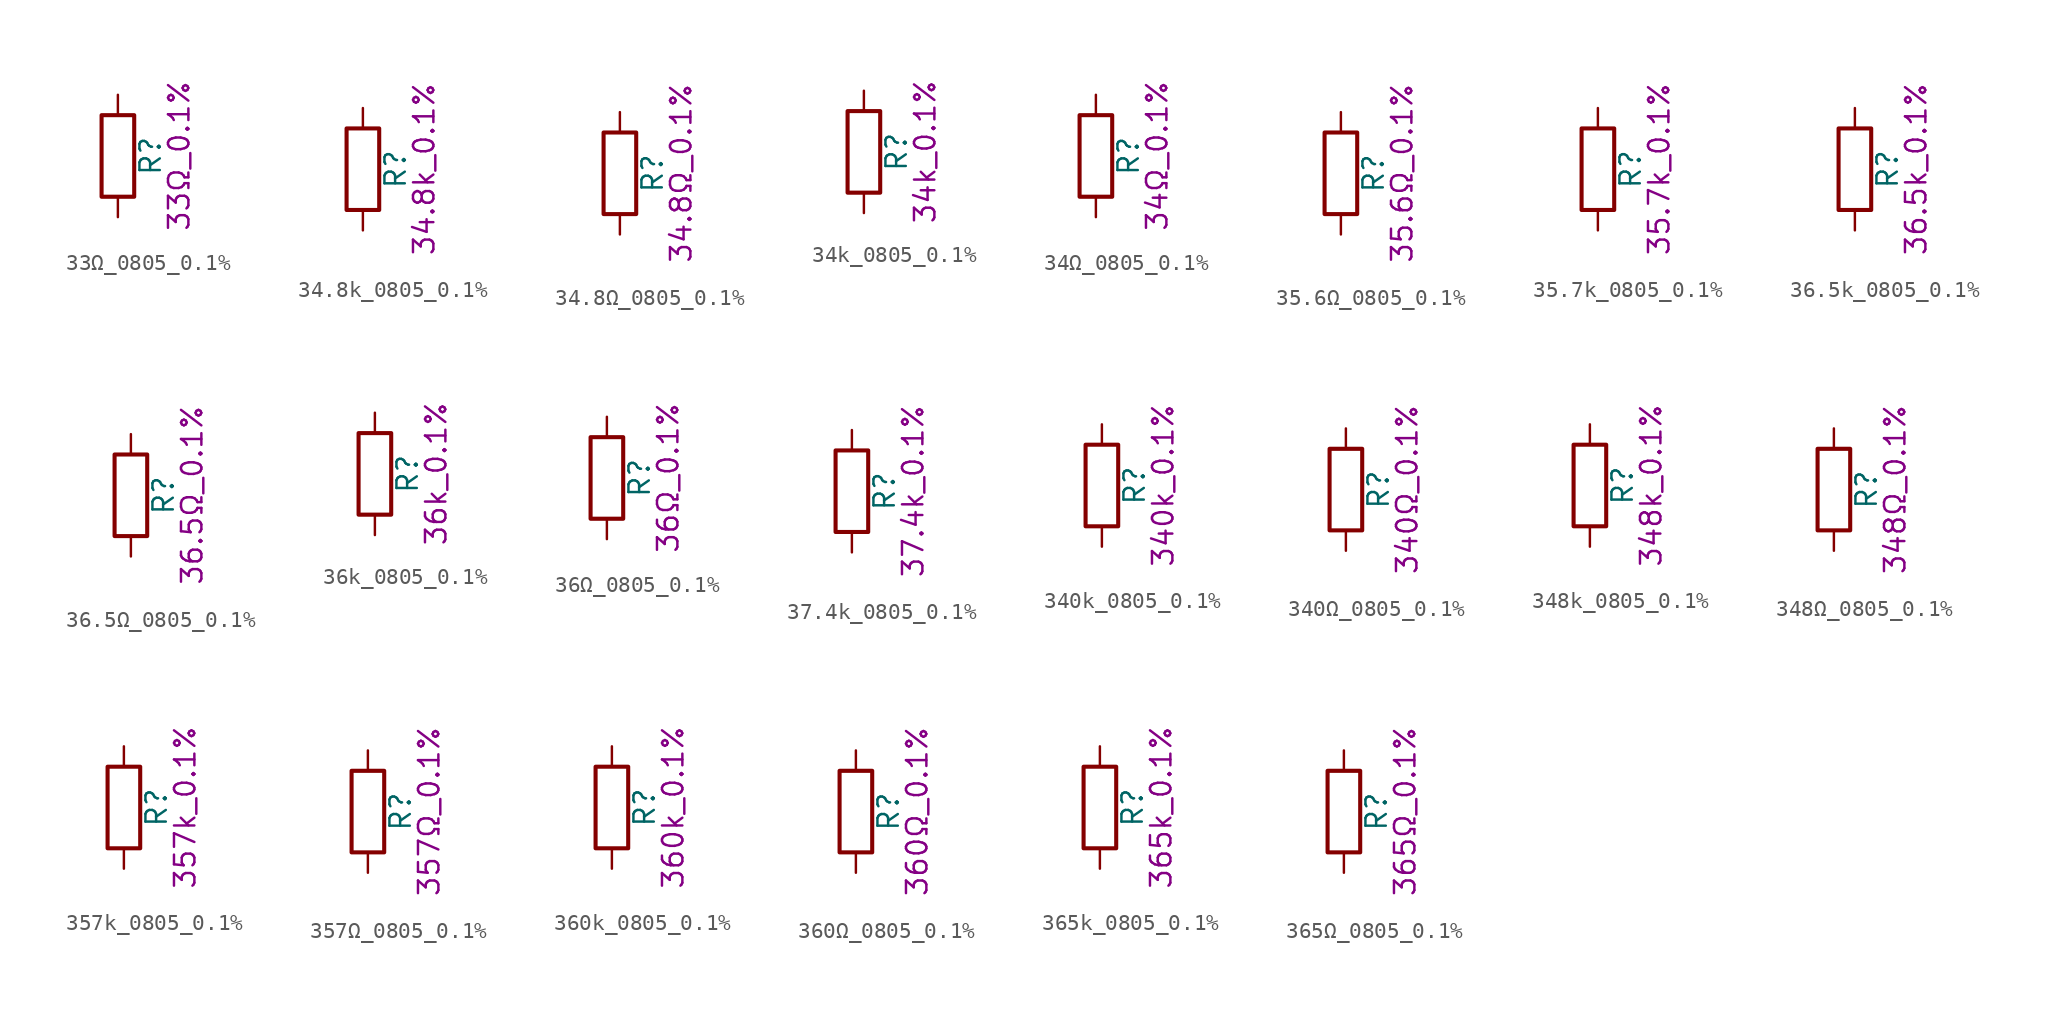
<source format=kicad_sym>
(kicad_symbol_lib
  (version 20211014)
  (generator kicad_symbol_editor)
  (symbol "33Ω_0805_0.1%"
    (pin_numbers hide)
    (pin_names
      (offset 0))
    (property "Reference" "R"
      (at 2.032 0 90)
      (effects (font (size 1.27 1.27))))
    (property "Display" "33Ω_0.1%"
      (at 3.81 0 90)
      (effects (font (size 1.27 1.27))))
    (symbol "33Ω_0805_0.1%_0_1"
      (rectangle (start -1.016 -2.54) (end 1.016 2.54) (stroke (width 0.254) (type default) (color 0 0 0 0)) (fill (type none))))
    (symbol "33Ω_0805_0.1%_1_1"
      (pin passive line (at 0 3.81 270) (length 1.27) (name "~" (effects (font (size 1.27 1.27)))) (number "1" (effects (font (size 1.27 1.27)))))
      (pin passive line (at 0 -3.81 90) (length 1.27) (name "~" (effects (font (size 1.27 1.27)))) (number "2" (effects (font (size 1.27 1.27)))))))
  (symbol "34.8k_0805_0.1%"
    (pin_numbers hide)
    (pin_names
      (offset 0))
    (property "Reference" "R"
      (at 2.032 0 90)
      (effects (font (size 1.27 1.27))))
    (property "Display" "34.8k_0.1%"
      (at 3.81 0 90)
      (effects (font (size 1.27 1.27))))
    (symbol "34.8k_0805_0.1%_0_1"
      (rectangle (start -1.016 -2.54) (end 1.016 2.54) (stroke (width 0.254) (type default) (color 0 0 0 0)) (fill (type none))))
    (symbol "34.8k_0805_0.1%_1_1"
      (pin passive line (at 0 3.81 270) (length 1.27) (name "~" (effects (font (size 1.27 1.27)))) (number "1" (effects (font (size 1.27 1.27)))))
      (pin passive line (at 0 -3.81 90) (length 1.27) (name "~" (effects (font (size 1.27 1.27)))) (number "2" (effects (font (size 1.27 1.27)))))))
  (symbol "34.8Ω_0805_0.1%"
    (pin_numbers hide)
    (pin_names
      (offset 0))
    (property "Reference" "R"
      (at 2.032 0 90)
      (effects (font (size 1.27 1.27))))
    (property "Display" "34.8Ω_0.1%"
      (at 3.81 0 90)
      (effects (font (size 1.27 1.27))))
    (symbol "34.8Ω_0805_0.1%_0_1"
      (rectangle (start -1.016 -2.54) (end 1.016 2.54) (stroke (width 0.254) (type default) (color 0 0 0 0)) (fill (type none))))
    (symbol "34.8Ω_0805_0.1%_1_1"
      (pin passive line (at 0 3.81 270) (length 1.27) (name "~" (effects (font (size 1.27 1.27)))) (number "1" (effects (font (size 1.27 1.27)))))
      (pin passive line (at 0 -3.81 90) (length 1.27) (name "~" (effects (font (size 1.27 1.27)))) (number "2" (effects (font (size 1.27 1.27)))))))
  (symbol "34k_0805_0.1%"
    (pin_numbers hide)
    (pin_names
      (offset 0))
    (property "Reference" "R"
      (at 2.032 0 90)
      (effects (font (size 1.27 1.27))))
    (property "Display" "34k_0.1%"
      (at 3.81 0 90)
      (effects (font (size 1.27 1.27))))
    (symbol "34k_0805_0.1%_0_1"
      (rectangle (start -1.016 -2.54) (end 1.016 2.54) (stroke (width 0.254) (type default) (color 0 0 0 0)) (fill (type none))))
    (symbol "34k_0805_0.1%_1_1"
      (pin passive line (at 0 3.81 270) (length 1.27) (name "~" (effects (font (size 1.27 1.27)))) (number "1" (effects (font (size 1.27 1.27)))))
      (pin passive line (at 0 -3.81 90) (length 1.27) (name "~" (effects (font (size 1.27 1.27)))) (number "2" (effects (font (size 1.27 1.27)))))))
  (symbol "34Ω_0805_0.1%"
    (pin_numbers hide)
    (pin_names
      (offset 0))
    (property "Reference" "R"
      (at 2.032 0 90)
      (effects (font (size 1.27 1.27))))
    (property "Display" "34Ω_0.1%"
      (at 3.81 0 90)
      (effects (font (size 1.27 1.27))))
    (symbol "34Ω_0805_0.1%_0_1"
      (rectangle (start -1.016 -2.54) (end 1.016 2.54) (stroke (width 0.254) (type default) (color 0 0 0 0)) (fill (type none))))
    (symbol "34Ω_0805_0.1%_1_1"
      (pin passive line (at 0 3.81 270) (length 1.27) (name "~" (effects (font (size 1.27 1.27)))) (number "1" (effects (font (size 1.27 1.27)))))
      (pin passive line (at 0 -3.81 90) (length 1.27) (name "~" (effects (font (size 1.27 1.27)))) (number "2" (effects (font (size 1.27 1.27)))))))
  (symbol "35.6Ω_0805_0.1%"
    (pin_numbers hide)
    (pin_names
      (offset 0))
    (property "Reference" "R"
      (at 2.032 0 90)
      (effects (font (size 1.27 1.27))))
    (property "Display" "35.6Ω_0.1%"
      (at 3.81 0 90)
      (effects (font (size 1.27 1.27))))
    (symbol "35.6Ω_0805_0.1%_0_1"
      (rectangle (start -1.016 -2.54) (end 1.016 2.54) (stroke (width 0.254) (type default) (color 0 0 0 0)) (fill (type none))))
    (symbol "35.6Ω_0805_0.1%_1_1"
      (pin passive line (at 0 3.81 270) (length 1.27) (name "~" (effects (font (size 1.27 1.27)))) (number "1" (effects (font (size 1.27 1.27)))))
      (pin passive line (at 0 -3.81 90) (length 1.27) (name "~" (effects (font (size 1.27 1.27)))) (number "2" (effects (font (size 1.27 1.27)))))))
  (symbol "35.7k_0805_0.1%"
    (pin_numbers hide)
    (pin_names
      (offset 0))
    (property "Reference" "R"
      (at 2.032 0 90)
      (effects (font (size 1.27 1.27))))
    (property "Display" "35.7k_0.1%"
      (at 3.81 0 90)
      (effects (font (size 1.27 1.27))))
    (symbol "35.7k_0805_0.1%_0_1"
      (rectangle (start -1.016 -2.54) (end 1.016 2.54) (stroke (width 0.254) (type default) (color 0 0 0 0)) (fill (type none))))
    (symbol "35.7k_0805_0.1%_1_1"
      (pin passive line (at 0 3.81 270) (length 1.27) (name "~" (effects (font (size 1.27 1.27)))) (number "1" (effects (font (size 1.27 1.27)))))
      (pin passive line (at 0 -3.81 90) (length 1.27) (name "~" (effects (font (size 1.27 1.27)))) (number "2" (effects (font (size 1.27 1.27)))))))
  (symbol "36.5k_0805_0.1%"
    (pin_numbers hide)
    (pin_names
      (offset 0))
    (property "Reference" "R"
      (at 2.032 0 90)
      (effects (font (size 1.27 1.27))))
    (property "Display" "36.5k_0.1%"
      (at 3.81 0 90)
      (effects (font (size 1.27 1.27))))
    (symbol "36.5k_0805_0.1%_0_1"
      (rectangle (start -1.016 -2.54) (end 1.016 2.54) (stroke (width 0.254) (type default) (color 0 0 0 0)) (fill (type none))))
    (symbol "36.5k_0805_0.1%_1_1"
      (pin passive line (at 0 3.81 270) (length 1.27) (name "~" (effects (font (size 1.27 1.27)))) (number "1" (effects (font (size 1.27 1.27)))))
      (pin passive line (at 0 -3.81 90) (length 1.27) (name "~" (effects (font (size 1.27 1.27)))) (number "2" (effects (font (size 1.27 1.27)))))))
  (symbol "36.5Ω_0805_0.1%"
    (pin_numbers hide)
    (pin_names
      (offset 0))
    (property "Reference" "R"
      (at 2.032 0 90)
      (effects (font (size 1.27 1.27))))
    (property "Display" "36.5Ω_0.1%"
      (at 3.81 0 90)
      (effects (font (size 1.27 1.27))))
    (symbol "36.5Ω_0805_0.1%_0_1"
      (rectangle (start -1.016 -2.54) (end 1.016 2.54) (stroke (width 0.254) (type default) (color 0 0 0 0)) (fill (type none))))
    (symbol "36.5Ω_0805_0.1%_1_1"
      (pin passive line (at 0 3.81 270) (length 1.27) (name "~" (effects (font (size 1.27 1.27)))) (number "1" (effects (font (size 1.27 1.27)))))
      (pin passive line (at 0 -3.81 90) (length 1.27) (name "~" (effects (font (size 1.27 1.27)))) (number "2" (effects (font (size 1.27 1.27)))))))
  (symbol "36k_0805_0.1%"
    (pin_numbers hide)
    (pin_names
      (offset 0))
    (property "Reference" "R"
      (at 2.032 0 90)
      (effects (font (size 1.27 1.27))))
    (property "Display" "36k_0.1%"
      (at 3.81 0 90)
      (effects (font (size 1.27 1.27))))
    (symbol "36k_0805_0.1%_0_1"
      (rectangle (start -1.016 -2.54) (end 1.016 2.54) (stroke (width 0.254) (type default) (color 0 0 0 0)) (fill (type none))))
    (symbol "36k_0805_0.1%_1_1"
      (pin passive line (at 0 3.81 270) (length 1.27) (name "~" (effects (font (size 1.27 1.27)))) (number "1" (effects (font (size 1.27 1.27)))))
      (pin passive line (at 0 -3.81 90) (length 1.27) (name "~" (effects (font (size 1.27 1.27)))) (number "2" (effects (font (size 1.27 1.27)))))))
  (symbol "36Ω_0805_0.1%"
    (pin_numbers hide)
    (pin_names
      (offset 0))
    (property "Reference" "R"
      (at 2.032 0 90)
      (effects (font (size 1.27 1.27))))
    (property "Display" "36Ω_0.1%"
      (at 3.81 0 90)
      (effects (font (size 1.27 1.27))))
    (symbol "36Ω_0805_0.1%_0_1"
      (rectangle (start -1.016 -2.54) (end 1.016 2.54) (stroke (width 0.254) (type default) (color 0 0 0 0)) (fill (type none))))
    (symbol "36Ω_0805_0.1%_1_1"
      (pin passive line (at 0 3.81 270) (length 1.27) (name "~" (effects (font (size 1.27 1.27)))) (number "1" (effects (font (size 1.27 1.27)))))
      (pin passive line (at 0 -3.81 90) (length 1.27) (name "~" (effects (font (size 1.27 1.27)))) (number "2" (effects (font (size 1.27 1.27)))))))
  (symbol "37.4k_0805_0.1%"
    (pin_numbers hide)
    (pin_names
      (offset 0))
    (property "Reference" "R"
      (at 2.032 0 90)
      (effects (font (size 1.27 1.27))))
    (property "Display" "37.4k_0.1%"
      (at 3.81 0 90)
      (effects (font (size 1.27 1.27))))
    (symbol "37.4k_0805_0.1%_0_1"
      (rectangle (start -1.016 -2.54) (end 1.016 2.54) (stroke (width 0.254) (type default) (color 0 0 0 0)) (fill (type none))))
    (symbol "37.4k_0805_0.1%_1_1"
      (pin passive line (at 0 3.81 270) (length 1.27) (name "~" (effects (font (size 1.27 1.27)))) (number "1" (effects (font (size 1.27 1.27)))))
      (pin passive line (at 0 -3.81 90) (length 1.27) (name "~" (effects (font (size 1.27 1.27)))) (number "2" (effects (font (size 1.27 1.27)))))))
  (symbol "340k_0805_0.1%"
    (pin_numbers hide)
    (pin_names
      (offset 0))
    (property "Reference" "R"
      (at 2.032 0 90)
      (effects (font (size 1.27 1.27))))
    (property "Display" "340k_0.1%"
      (at 3.81 0 90)
      (effects (font (size 1.27 1.27))))
    (symbol "340k_0805_0.1%_0_1"
      (rectangle (start -1.016 -2.54) (end 1.016 2.54) (stroke (width 0.254) (type default) (color 0 0 0 0)) (fill (type none))))
    (symbol "340k_0805_0.1%_1_1"
      (pin passive line (at 0 3.81 270) (length 1.27) (name "~" (effects (font (size 1.27 1.27)))) (number "1" (effects (font (size 1.27 1.27)))))
      (pin passive line (at 0 -3.81 90) (length 1.27) (name "~" (effects (font (size 1.27 1.27)))) (number "2" (effects (font (size 1.27 1.27)))))))
  (symbol "340Ω_0805_0.1%"
    (pin_numbers hide)
    (pin_names
      (offset 0))
    (property "Reference" "R"
      (at 2.032 0 90)
      (effects (font (size 1.27 1.27))))
    (property "Display" "340Ω_0.1%"
      (at 3.81 0 90)
      (effects (font (size 1.27 1.27))))
    (symbol "340Ω_0805_0.1%_0_1"
      (rectangle (start -1.016 -2.54) (end 1.016 2.54) (stroke (width 0.254) (type default) (color 0 0 0 0)) (fill (type none))))
    (symbol "340Ω_0805_0.1%_1_1"
      (pin passive line (at 0 3.81 270) (length 1.27) (name "~" (effects (font (size 1.27 1.27)))) (number "1" (effects (font (size 1.27 1.27)))))
      (pin passive line (at 0 -3.81 90) (length 1.27) (name "~" (effects (font (size 1.27 1.27)))) (number "2" (effects (font (size 1.27 1.27)))))))
  (symbol "348k_0805_0.1%"
    (pin_numbers hide)
    (pin_names
      (offset 0))
    (property "Reference" "R"
      (at 2.032 0 90)
      (effects (font (size 1.27 1.27))))
    (property "Display" "348k_0.1%"
      (at 3.81 0 90)
      (effects (font (size 1.27 1.27))))
    (symbol "348k_0805_0.1%_0_1"
      (rectangle (start -1.016 -2.54) (end 1.016 2.54) (stroke (width 0.254) (type default) (color 0 0 0 0)) (fill (type none))))
    (symbol "348k_0805_0.1%_1_1"
      (pin passive line (at 0 3.81 270) (length 1.27) (name "~" (effects (font (size 1.27 1.27)))) (number "1" (effects (font (size 1.27 1.27)))))
      (pin passive line (at 0 -3.81 90) (length 1.27) (name "~" (effects (font (size 1.27 1.27)))) (number "2" (effects (font (size 1.27 1.27)))))))
  (symbol "348Ω_0805_0.1%"
    (pin_numbers hide)
    (pin_names
      (offset 0))
    (property "Reference" "R"
      (at 2.032 0 90)
      (effects (font (size 1.27 1.27))))
    (property "Display" "348Ω_0.1%"
      (at 3.81 0 90)
      (effects (font (size 1.27 1.27))))
    (symbol "348Ω_0805_0.1%_0_1"
      (rectangle (start -1.016 -2.54) (end 1.016 2.54) (stroke (width 0.254) (type default) (color 0 0 0 0)) (fill (type none))))
    (symbol "348Ω_0805_0.1%_1_1"
      (pin passive line (at 0 3.81 270) (length 1.27) (name "~" (effects (font (size 1.27 1.27)))) (number "1" (effects (font (size 1.27 1.27)))))
      (pin passive line (at 0 -3.81 90) (length 1.27) (name "~" (effects (font (size 1.27 1.27)))) (number "2" (effects (font (size 1.27 1.27)))))))
  (symbol "357k_0805_0.1%"
    (pin_numbers hide)
    (pin_names
      (offset 0))
    (property "Reference" "R"
      (at 2.032 0 90)
      (effects (font (size 1.27 1.27))))
    (property "Display" "357k_0.1%"
      (at 3.81 0 90)
      (effects (font (size 1.27 1.27))))
    (symbol "357k_0805_0.1%_0_1"
      (rectangle (start -1.016 -2.54) (end 1.016 2.54) (stroke (width 0.254) (type default) (color 0 0 0 0)) (fill (type none))))
    (symbol "357k_0805_0.1%_1_1"
      (pin passive line (at 0 3.81 270) (length 1.27) (name "~" (effects (font (size 1.27 1.27)))) (number "1" (effects (font (size 1.27 1.27)))))
      (pin passive line (at 0 -3.81 90) (length 1.27) (name "~" (effects (font (size 1.27 1.27)))) (number "2" (effects (font (size 1.27 1.27)))))))
  (symbol "357Ω_0805_0.1%"
    (pin_numbers hide)
    (pin_names
      (offset 0))
    (property "Reference" "R"
      (at 2.032 0 90)
      (effects (font (size 1.27 1.27))))
    (property "Display" "357Ω_0.1%"
      (at 3.81 0 90)
      (effects (font (size 1.27 1.27))))
    (symbol "357Ω_0805_0.1%_0_1"
      (rectangle (start -1.016 -2.54) (end 1.016 2.54) (stroke (width 0.254) (type default) (color 0 0 0 0)) (fill (type none))))
    (symbol "357Ω_0805_0.1%_1_1"
      (pin passive line (at 0 3.81 270) (length 1.27) (name "~" (effects (font (size 1.27 1.27)))) (number "1" (effects (font (size 1.27 1.27)))))
      (pin passive line (at 0 -3.81 90) (length 1.27) (name "~" (effects (font (size 1.27 1.27)))) (number "2" (effects (font (size 1.27 1.27)))))))
  (symbol "360k_0805_0.1%"
    (pin_numbers hide)
    (pin_names
      (offset 0))
    (property "Reference" "R"
      (at 2.032 0 90)
      (effects (font (size 1.27 1.27))))
    (property "Display" "360k_0.1%"
      (at 3.81 0 90)
      (effects (font (size 1.27 1.27))))
    (symbol "360k_0805_0.1%_0_1"
      (rectangle (start -1.016 -2.54) (end 1.016 2.54) (stroke (width 0.254) (type default) (color 0 0 0 0)) (fill (type none))))
    (symbol "360k_0805_0.1%_1_1"
      (pin passive line (at 0 3.81 270) (length 1.27) (name "~" (effects (font (size 1.27 1.27)))) (number "1" (effects (font (size 1.27 1.27)))))
      (pin passive line (at 0 -3.81 90) (length 1.27) (name "~" (effects (font (size 1.27 1.27)))) (number "2" (effects (font (size 1.27 1.27)))))))
  (symbol "360Ω_0805_0.1%"
    (pin_numbers hide)
    (pin_names
      (offset 0))
    (property "Reference" "R"
      (at 2.032 0 90)
      (effects (font (size 1.27 1.27))))
    (property "Display" "360Ω_0.1%"
      (at 3.81 0 90)
      (effects (font (size 1.27 1.27))))
    (symbol "360Ω_0805_0.1%_0_1"
      (rectangle (start -1.016 -2.54) (end 1.016 2.54) (stroke (width 0.254) (type default) (color 0 0 0 0)) (fill (type none))))
    (symbol "360Ω_0805_0.1%_1_1"
      (pin passive line (at 0 3.81 270) (length 1.27) (name "~" (effects (font (size 1.27 1.27)))) (number "1" (effects (font (size 1.27 1.27)))))
      (pin passive line (at 0 -3.81 90) (length 1.27) (name "~" (effects (font (size 1.27 1.27)))) (number "2" (effects (font (size 1.27 1.27)))))))
  (symbol "365k_0805_0.1%"
    (pin_numbers hide)
    (pin_names
      (offset 0))
    (property "Reference" "R"
      (at 2.032 0 90)
      (effects (font (size 1.27 1.27))))
    (property "Display" "365k_0.1%"
      (at 3.81 0 90)
      (effects (font (size 1.27 1.27))))
    (symbol "365k_0805_0.1%_0_1"
      (rectangle (start -1.016 -2.54) (end 1.016 2.54) (stroke (width 0.254) (type default) (color 0 0 0 0)) (fill (type none))))
    (symbol "365k_0805_0.1%_1_1"
      (pin passive line (at 0 3.81 270) (length 1.27) (name "~" (effects (font (size 1.27 1.27)))) (number "1" (effects (font (size 1.27 1.27)))))
      (pin passive line (at 0 -3.81 90) (length 1.27) (name "~" (effects (font (size 1.27 1.27)))) (number "2" (effects (font (size 1.27 1.27)))))))
  (symbol "365Ω_0805_0.1%"
    (pin_numbers hide)
    (pin_names
      (offset 0))
    (property "Reference" "R"
      (at 2.032 0 90)
      (effects (font (size 1.27 1.27))))
    (property "Display" "365Ω_0.1%"
      (at 3.81 0 90)
      (effects (font (size 1.27 1.27))))
    (symbol "365Ω_0805_0.1%_0_1"
      (rectangle (start -1.016 -2.54) (end 1.016 2.54) (stroke (width 0.254) (type default) (color 0 0 0 0)) (fill (type none))))
    (symbol "365Ω_0805_0.1%_1_1"
      (pin passive line (at 0 3.81 270) (length 1.27) (name "~" (effects (font (size 1.27 1.27)))) (number "1" (effects (font (size 1.27 1.27)))))
      (pin passive line (at 0 -3.81 90) (length 1.27) (name "~" (effects (font (size 1.27 1.27)))) (number "2" (effects (font (size 1.27 1.27))))))))
</source>
